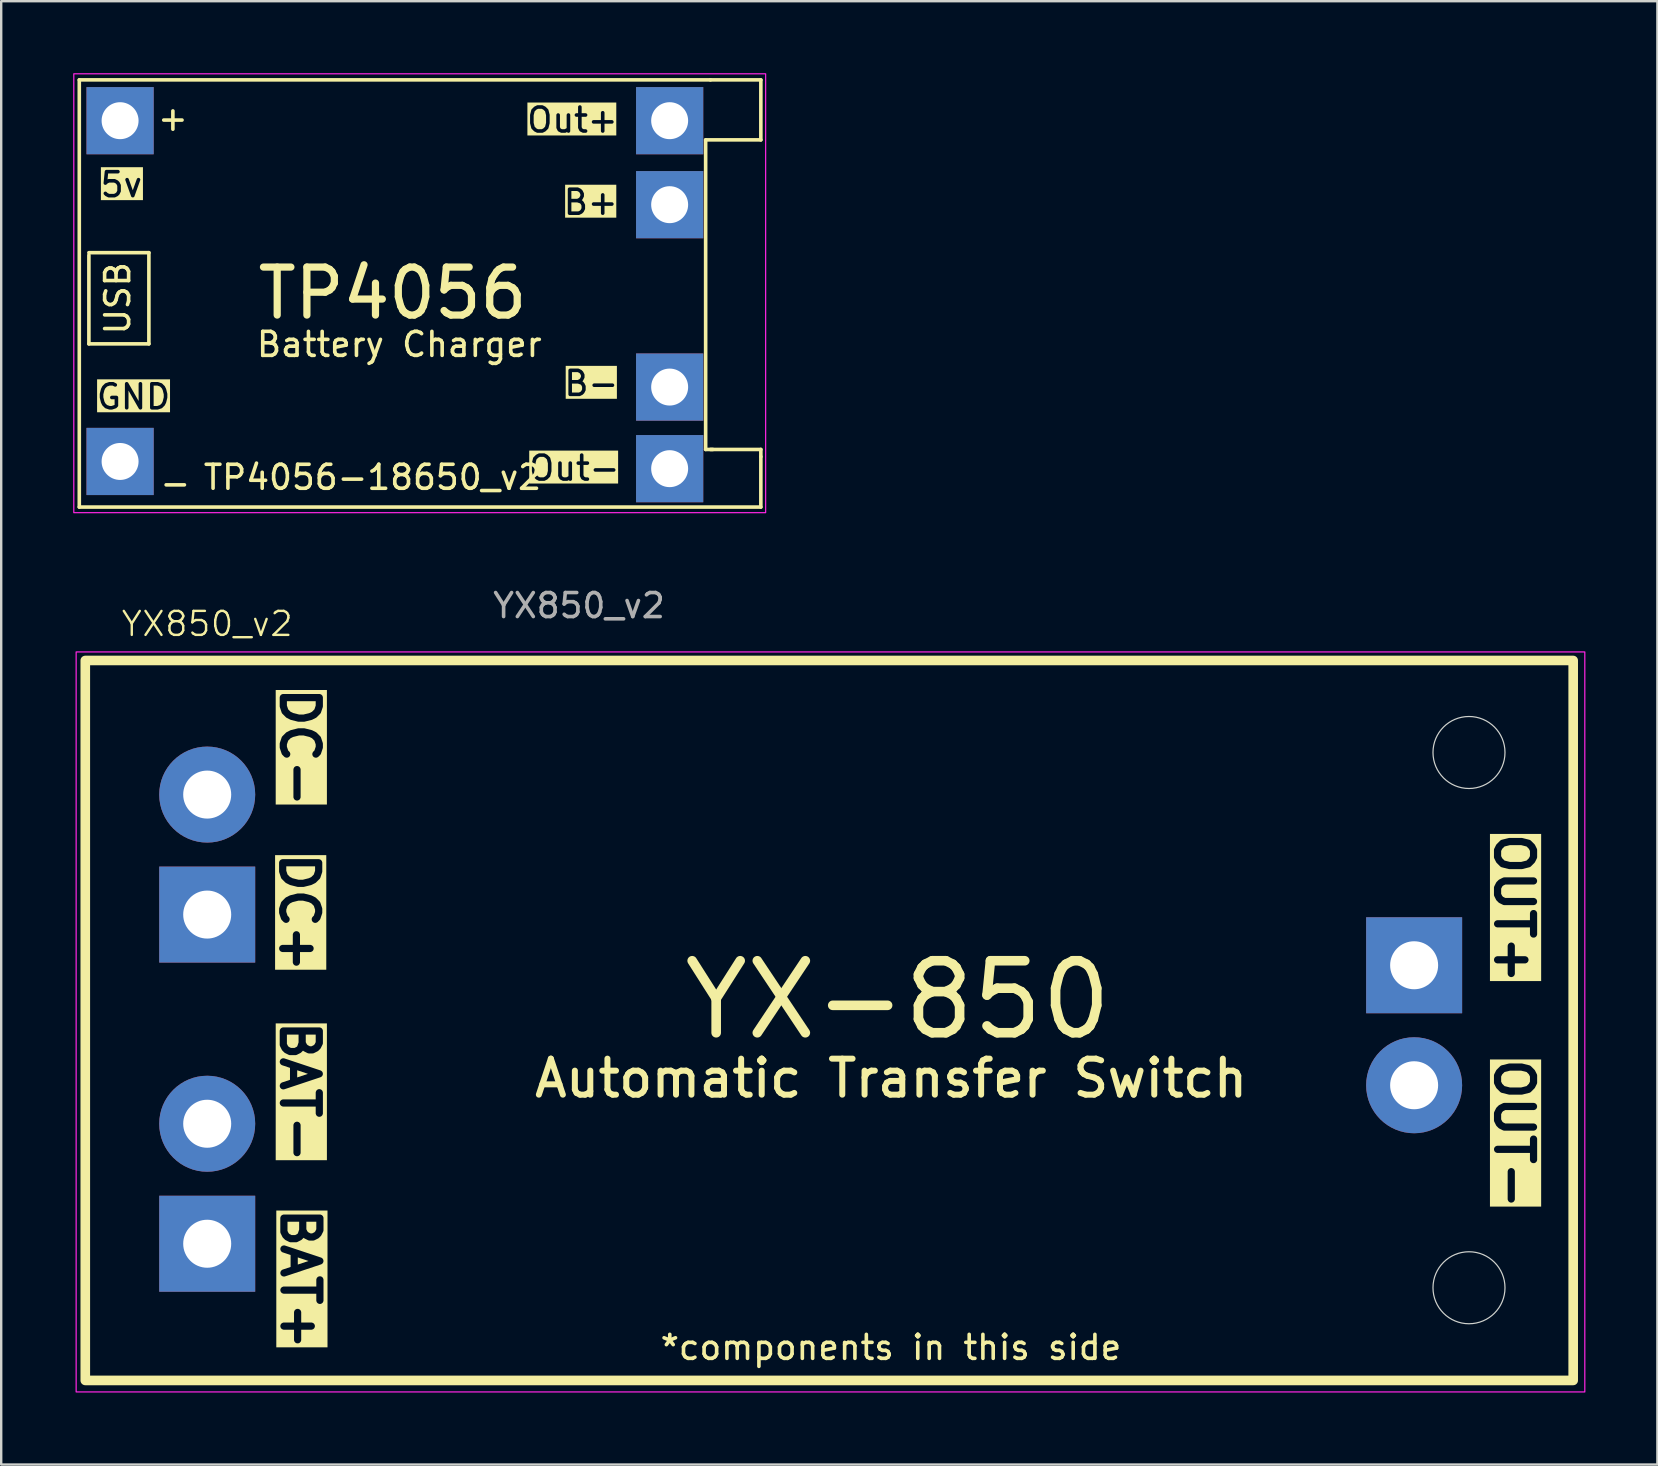
<source format=kicad_pcb>
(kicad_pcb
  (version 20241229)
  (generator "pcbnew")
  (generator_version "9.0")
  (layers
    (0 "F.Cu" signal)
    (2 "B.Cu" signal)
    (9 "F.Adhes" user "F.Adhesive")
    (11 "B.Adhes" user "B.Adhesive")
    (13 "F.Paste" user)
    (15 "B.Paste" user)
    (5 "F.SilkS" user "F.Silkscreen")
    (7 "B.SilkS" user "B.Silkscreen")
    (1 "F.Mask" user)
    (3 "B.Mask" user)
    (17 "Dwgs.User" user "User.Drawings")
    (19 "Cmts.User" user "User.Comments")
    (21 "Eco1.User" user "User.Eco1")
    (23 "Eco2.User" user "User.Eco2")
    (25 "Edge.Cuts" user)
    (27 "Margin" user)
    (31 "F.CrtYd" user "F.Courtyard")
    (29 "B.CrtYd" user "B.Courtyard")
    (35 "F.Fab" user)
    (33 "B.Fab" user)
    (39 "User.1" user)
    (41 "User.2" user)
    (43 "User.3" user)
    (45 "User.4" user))
  (footprint "YX850_v2"
    (layer "F.Cu")
    (at 0.25 39.458)
    (property "Reference" "YX850_v2" (at 5.334 -16.51 0) (unlocked yes) (layer "F.SilkS") (effects (font (size 1 1) (thickness 0.1))))
    (attr through_hole)
    (fp_rect (start 0.254 -14.986) (end 62.254 15.014) (stroke (width 0.4) (type default)) (fill no) (layer "F.SilkS"))
    (fp_circle (center 57.912 -11.152) (end 59.412 -11.152) (stroke (width 0.05) (type default)) (fill no) (layer "Edge.Cuts"))
    (fp_circle (center 57.912 11.152) (end 59.412 11.152) (stroke (width 0.05) (type default)) (fill no) (layer "Edge.Cuts"))
    (fp_rect (start -0.127 -15.342) (end 62.738 15.494) (stroke (width 0.05) (type default)) (fill no) (layer "F.CrtYd"))
    (fp_text user "OUT+" (at 58.903 -7.925 270) (unlocked yes) (layer "F.SilkS" knockout) (effects (font (size 1.5 1.5) (thickness 0.3) (bold yes)) (justify left bottom)))
    (fp_text user "OUT-" (at 58.903 1.473 270) (unlocked yes) (layer "F.SilkS" knockout) (effects (font (size 1.5 1.5) (thickness 0.3) (bold yes)) (justify left bottom)))
    (fp_text user "YX-850" (at 24.994 0.914 0) (unlocked yes) (layer "F.SilkS") (effects (font (size 3 3) (thickness 0.4) (bold yes)) (justify left bottom)))
    (fp_text user "DC+" (at 8.28 -7.112 270) (unlocked yes) (layer "F.SilkS" knockout) (effects (font (size 1.5 1.5) (thickness 0.3) (bold yes)) (justify left bottom)))
    (fp_text user "*components in this side" (at 24.13 14.224 0) (unlocked yes) (layer "F.SilkS") (effects (font (size 1 1) (thickness 0.15)) (justify left bottom)))
    (fp_text user "Automatic Transfer Switch" (at 18.847 3.302 0) (unlocked yes) (layer "F.SilkS") (effects (font (size 1.5 1.5) (thickness 0.25) (bold yes)) (justify left bottom)))
    (fp_text user "DC-" (at 8.306 -13.995 270) (unlocked yes) (layer "F.SilkS" knockout) (effects (font (size 1.5 1.5) (thickness 0.3) (bold yes)) (justify left bottom)))
    (fp_text user "BAT+" (at 8.331 7.696 270) (unlocked yes) (layer "F.SilkS" knockout) (effects (font (size 1.5 1.5) (thickness 0.3) (bold yes)) (justify left bottom)))
    (fp_text user "BAT-" (at 8.306 -0.102 270) (unlocked yes) (layer "F.SilkS" knockout) (effects (font (size 1.5 1.5) (thickness 0.3) (bold yes)) (justify left bottom)))
    (fp_text user "${REFERENCE}" (at 20.828 -17.272 0) (unlocked yes) (layer "F.Fab") (effects (font (size 1 1) (thickness 0.15))))
    (pad "1" thru_hole rect (at 55.626 -2.286) (size 4 4) (drill 2) (layers "*.Cu" "*.Mask"))
    (pad "2" thru_hole circle (at 55.626 2.714) (size 4 4) (drill 2) (layers "*.Cu" "*.Mask"))
    (pad "3" thru_hole circle (at 5.334 4.318) (size 4 4) (drill 2) (layers "*.Cu" "*.Mask"))
    (pad "4" thru_hole rect (at 5.334 9.318) (size 4 4) (drill 2) (layers "*.Cu" "*.Mask"))
    (pad "5" thru_hole rect (at 5.334 -4.398) (size 4 4) (drill 2) (layers "*.Cu" "*.Mask"))
    (pad "6" thru_hole circle (at 5.334 -9.398) (size 4 4) (drill 2) (layers "*.Cu" "*.Mask")))
  (footprint "TP4056-18650_v2"
    (layer "F.Cu")
    (at 0.254 0.279)
    (property "Reference" "TP4056-18650_v2" (at 12.217 16.561 0) (layer "F.SilkS") (effects (font (size 1 1) (thickness 0.15))))
    (attr through_hole)
    (fp_line (start 0 0) (end 26.3 0) (stroke (width 0.15) (type solid)) (layer "F.SilkS"))
    (fp_line (start 0 17.8) (end 0 0) (stroke (width 0.15) (type solid)) (layer "F.SilkS"))
    (fp_line (start 0.4 7.2) (end 2.9 7.2) (stroke (width 0.15) (type solid)) (layer "F.SilkS"))
    (fp_line (start 0.4 11) (end 0.4 7.3) (stroke (width 0.15) (type solid)) (layer "F.SilkS"))
    (fp_line (start 2.9 7.2) (end 2.9 11) (stroke (width 0.15) (type solid)) (layer "F.SilkS"))
    (fp_line (start 2.9 11) (end 0.4 11) (stroke (width 0.15) (type solid)) (layer "F.SilkS"))
    (fp_line (start 26.1 2.5) (end 26.1 15.4) (stroke (width 0.15) (type solid)) (layer "F.SilkS"))
    (fp_line (start 26.1 15.4) (end 26.4 15.4) (stroke (width 0.15) (type solid)) (layer "F.SilkS"))
    (fp_line (start 26.3 0) (end 28.4 0) (stroke (width 0.15) (type solid)) (layer "F.SilkS"))
    (fp_line (start 26.3 15.4) (end 28.4 15.4) (stroke (width 0.15) (type solid)) (layer "F.SilkS"))
    (fp_line (start 28.4 0) (end 28.4 2.5) (stroke (width 0.15) (type solid)) (layer "F.SilkS"))
    (fp_line (start 28.4 2.5) (end 26.1 2.5) (stroke (width 0.15) (type solid)) (layer "F.SilkS"))
    (fp_line (start 28.4 15.4) (end 28.4 15.7) (stroke (width 0.15) (type solid)) (layer "F.SilkS"))
    (fp_line (start 28.4 15.7) (end 28.4 17.8) (stroke (width 0.15) (type solid)) (layer "F.SilkS"))
    (fp_line (start 28.4 17.8) (end 0 17.8) (stroke (width 0.15) (type solid)) (layer "F.SilkS"))
    (fp_rect (start -0.229 -0.254) (end 28.6 18.034) (stroke (width 0.05) (type default)) (fill no) (layer "F.CrtYd"))
    (fp_text user "B-" (at 21.336 12.649 0) (layer "F.SilkS" knockout) (effects (font (size 1 1) (thickness 0.15))))
    (fp_text user "GND" (at 2.261 13.208 0) (layer "F.SilkS" knockout) (effects (font (size 1 1) (thickness 0.15))))
    (fp_text user "5v" (at 1.753 4.369 0) (layer "F.SilkS" knockout) (effects (font (size 1 1) (thickness 0.15))))
    (fp_text user "+" (at 3.9 1.6 0) (layer "F.SilkS") (effects (font (size 1 1) (thickness 0.15))))
    (fp_text user "Battery Charger" (at 13.335 11.024 0) (layer "F.SilkS") (effects (font (size 1 1) (thickness 0.15))))
    (fp_text user "TP4056" (at 13.056 8.89 0) (layer "F.SilkS") (effects (font (size 2 2) (thickness 0.3))))
    (fp_text user "B+" (at 21.311 5.1 0) (layer "F.SilkS" knockout) (effects (font (size 1 1) (thickness 0.15))))
    (fp_text user "Out-" (at 20.625 16.18 0) (layer "F.SilkS" knockout) (effects (font (size 1 1) (thickness 0.15))))
    (fp_text user "Out+" (at 20.549 1.676 0) (layer "F.SilkS" knockout) (effects (font (size 1 1) (thickness 0.15))))
    (fp_text user "USB" (at 1.6 9.1 90) (layer "F.SilkS") (effects (font (size 1 1) (thickness 0.15))))
    (fp_text user "-" (at 4 16.8 0) (layer "F.SilkS") (effects (font (size 1 1) (thickness 0.15))))
    (pad "1" thru_hole rect (at 1.7 1.7) (size 2.8 2.8) (drill 1.54) (layers "*.Cu" "*.Mask"))
    (pad "2" thru_hole rect (at 1.7 15.9) (size 2.8 2.8) (drill 1.54) (layers "*.Cu" "*.Mask"))
    (pad "3" thru_hole rect (at 24.6 1.7) (size 2.8 2.8) (drill 1.54) (layers "*.Cu" "*.Mask"))
    (pad "4" thru_hole rect (at 24.6 16.2) (size 2.8 2.8) (drill 1.54) (layers "*.Cu" "*.Mask"))
    (pad "5" thru_hole rect (at 24.6 5.2) (size 2.8 2.8) (drill 1.54) (layers "*.Cu" "*.Mask"))
    (pad "6" thru_hole rect (at 24.6 12.8) (size 2.8 2.8) (drill 1.54) (layers "*.Cu" "*.Mask")))
  (gr_rect
    (start -3 -3)
    (end 66.013 57.977)
    (stroke (width 0.1) (type default))
    (fill no)
    (layer "Edge.Cuts")))
</source>
